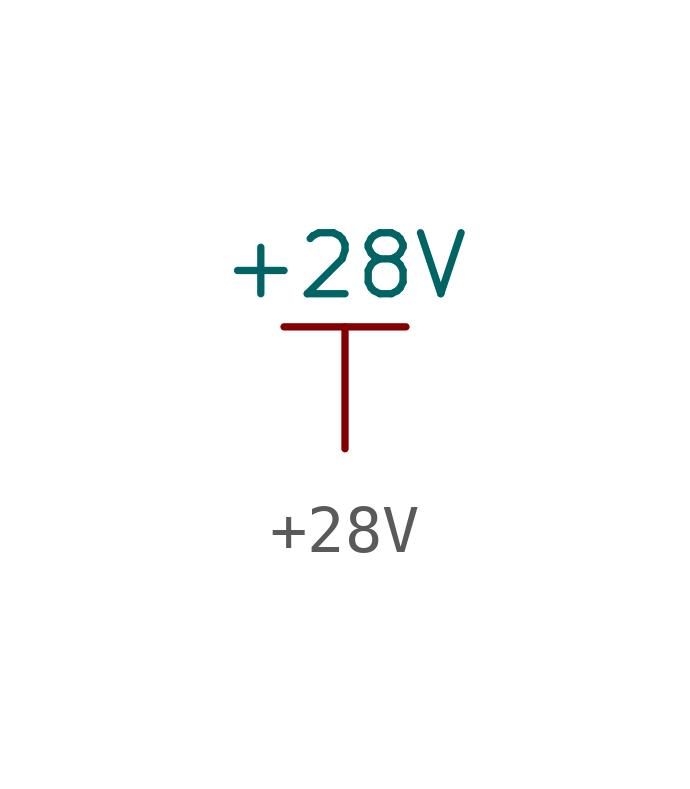
<source format=kicad_sym>
(kicad_symbol_lib
  (version 20220914)
  (generator kicad_symbol_editor)
  (symbol "+28V"
    (power)
    (pin_names
      (offset 0))
    (property "Reference" "#PWR"
      (at 0 -3.81 0)
      (effects (font (size 1.27 1.27)) hide))
    (property "Value" "+28V"
      (at 0 3.81 0)
      (effects (font (size 1.27 1.27))))
    (symbol "+28V_0_1"
      (polyline (pts (xy -1.27 2.54) (xy 1.27 2.54)) (stroke (width 0) (type solid)) (fill (type none)))
      (polyline (pts (xy 0 0) (xy 0 2.54)) (stroke (width 0) (type solid)) (fill (type none))))
    (symbol "+28V_1_1"
      (pin power_in line (at 0 0 90) (length 0) hide (name "+28V" (effects (font (size 1.27 1.27)))) (number "1" (effects (font (size 1.27 1.27))))))))
</source>
